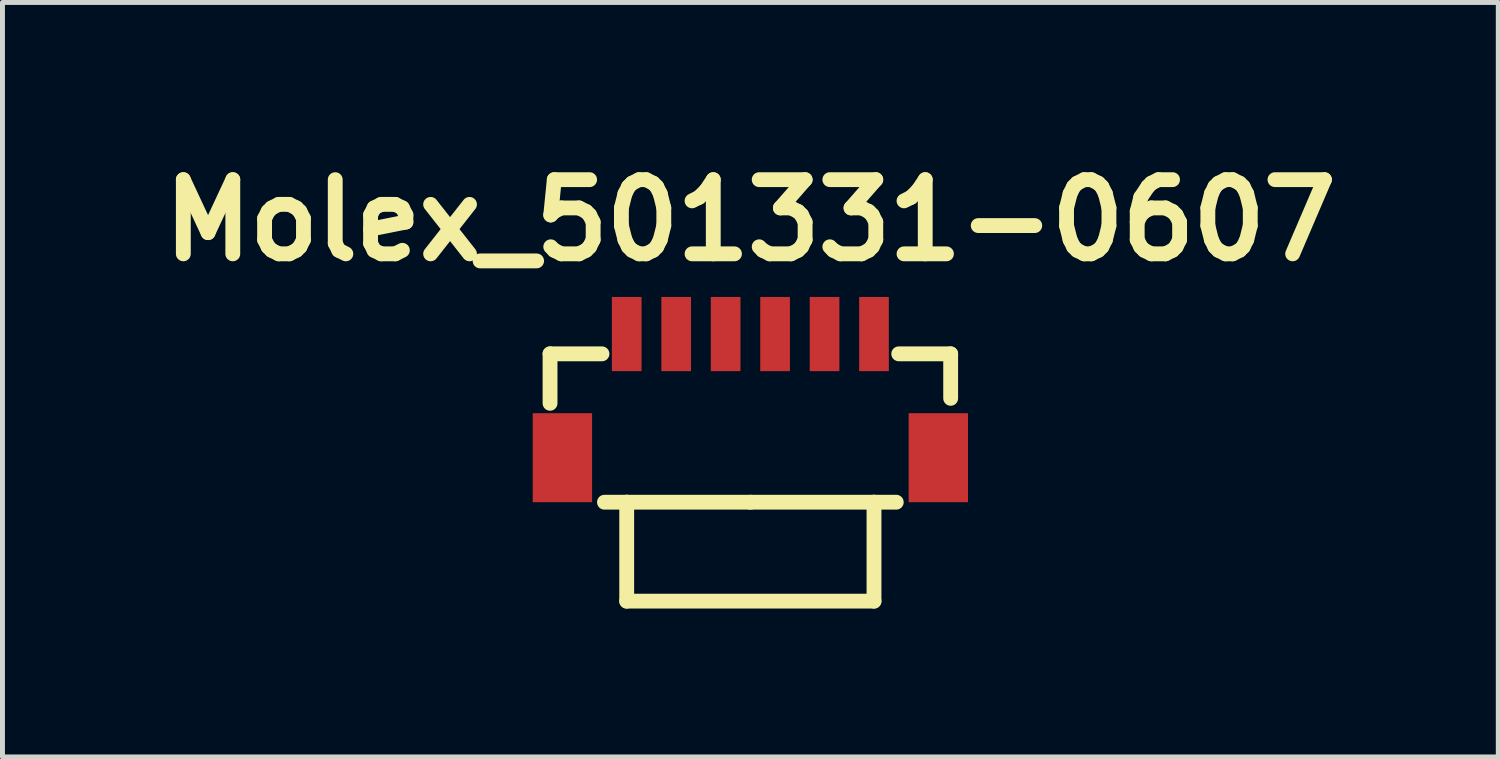
<source format=kicad_pcb>
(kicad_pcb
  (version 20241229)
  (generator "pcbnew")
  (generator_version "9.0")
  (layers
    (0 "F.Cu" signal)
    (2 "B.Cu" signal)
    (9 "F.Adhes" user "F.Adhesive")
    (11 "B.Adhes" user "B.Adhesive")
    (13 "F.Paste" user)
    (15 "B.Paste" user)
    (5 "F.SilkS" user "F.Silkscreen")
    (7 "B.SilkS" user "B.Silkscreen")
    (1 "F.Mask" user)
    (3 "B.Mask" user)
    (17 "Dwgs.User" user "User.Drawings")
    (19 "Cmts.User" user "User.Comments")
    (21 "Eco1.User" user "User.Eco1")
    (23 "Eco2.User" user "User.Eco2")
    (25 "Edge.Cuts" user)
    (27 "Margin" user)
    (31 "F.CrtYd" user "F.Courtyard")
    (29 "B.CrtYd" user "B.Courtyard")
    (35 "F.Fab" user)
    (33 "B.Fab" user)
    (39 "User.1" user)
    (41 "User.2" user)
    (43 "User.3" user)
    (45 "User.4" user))
  (footprint "Molex_501331-0607"
    (layer "F.Cu")
    (at 14.621 3.704)
    (property "Reference" "Molex_501331-0607" (at -2.5 -2.3 0) (layer "F.SilkS") (effects (font (size 1.5 1.5) (thickness 0.3))))
    (attr through_hole)
    (fp_line (start -6.55 0.4) (end -5.5 0.4) (stroke (width 0.3) (type solid)) (layer "F.SilkS"))
    (fp_line (start -6.55 1.4) (end -6.55 0.4) (stroke (width 0.3) (type solid)) (layer "F.SilkS"))
    (fp_line (start -5 3.4) (end -5.45 3.4) (stroke (width 0.3) (type solid)) (layer "F.SilkS"))
    (fp_line (start -5 3.4) (end -5 5.4) (stroke (width 0.3) (type solid)) (layer "F.SilkS"))
    (fp_line (start -5 5.4) (end 0 5.4) (stroke (width 0.3) (type solid)) (layer "F.SilkS"))
    (fp_line (start -2.5 3.4) (end -5 3.4) (stroke (width 0.3) (type solid)) (layer "F.SilkS"))
    (fp_line (start 0 3.4) (end -2.5 3.4) (stroke (width 0.3) (type solid)) (layer "F.SilkS"))
    (fp_line (start 0 3.4) (end 0.45 3.4) (stroke (width 0.3) (type solid)) (layer "F.SilkS"))
    (fp_line (start 0 5.4) (end 0 3.4) (stroke (width 0.3) (type solid)) (layer "F.SilkS"))
    (fp_line (start 0.5 0.4) (end 1.55 0.4) (stroke (width 0.3) (type solid)) (layer "F.SilkS"))
    (fp_line (start 1.55 0.4) (end 1.55 1.3) (stroke (width 0.3) (type solid)) (layer "F.SilkS"))
    (pad "" smd rect (at -6.3 2.5) (size 1.2 1.8) (layers "F.Cu" "F.Mask" "F.Paste"))
    (pad "" smd rect (at 1.3 2.5) (size 1.2 1.8) (layers "F.Cu" "F.Mask" "F.Paste"))
    (pad "1" smd rect (at 0 0) (size 0.6 1.5) (layers "F.Cu" "F.Mask" "F.Paste"))
    (pad "2" smd rect (at -1 0) (size 0.6 1.5) (layers "F.Cu" "F.Mask" "F.Paste"))
    (pad "3" smd rect (at -2 0) (size 0.6 1.5) (layers "F.Cu" "F.Mask" "F.Paste"))
    (pad "4" smd rect (at -3 0) (size 0.6 1.5) (layers "F.Cu" "F.Mask" "F.Paste"))
    (pad "5" smd rect (at -4 0) (size 0.6 1.5) (layers "F.Cu" "F.Mask" "F.Paste"))
    (pad "6" smd rect (at -5 0) (size 0.6 1.5) (layers "F.Cu" "F.Mask" "F.Paste")))
  (gr_rect
    (start -3 -3)
    (end 27.243 12.254)
    (stroke (width 0.1) (type default))
    (fill no)
    (layer "Edge.Cuts")))
</source>
